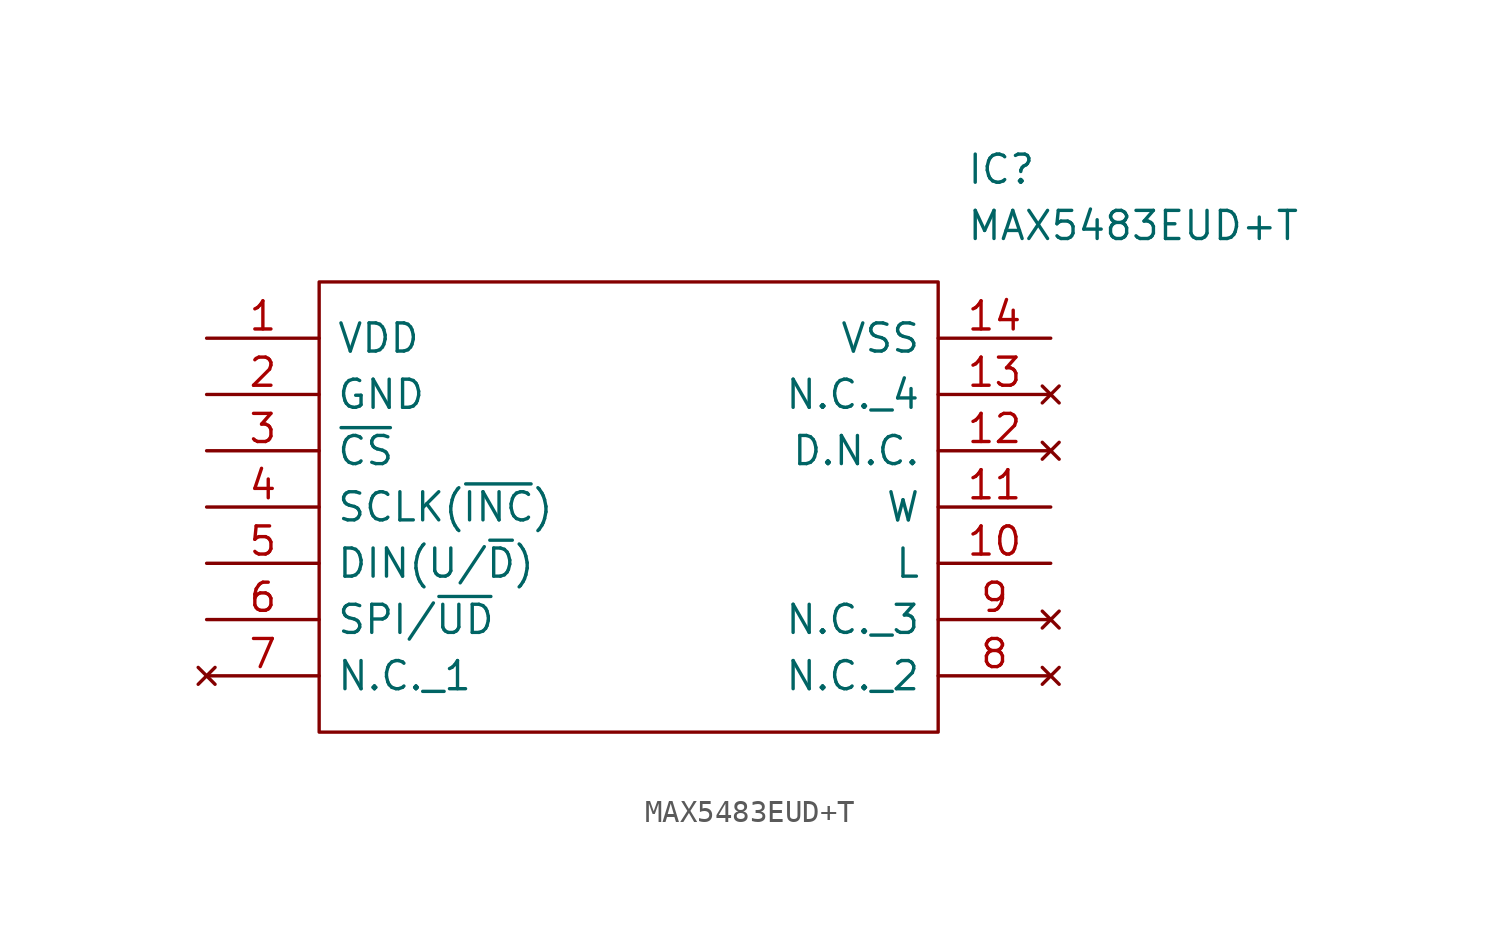
<source format=kicad_sym>
(kicad_symbol_lib
  (version 20211014)
  (generator kicad_symbol_editor)
  (symbol "MAX5483EUD+T"
    (pin_names
      (offset 0.762))
    (property "Reference" "IC"
      (at 34.29 7.62 0)
      (effects (font (size 1.27 1.27)) (justify left)))
    (property "Value" "MAX5483EUD+T"
      (at 34.29 5.08 0)
      (effects (font (size 1.27 1.27)) (justify left)))
    (symbol "MAX5483EUD+T_0_0"
      (pin power_in line (at 0 0 0) (length 5.08) (name "VDD" (effects (font (size 1.27 1.27)))) (number "1" (effects (font (size 1.27 1.27)))))
      (pin passive line (at 38.1 -10.16 180) (length 5.08) (name "L" (effects (font (size 1.27 1.27)))) (number "10" (effects (font (size 1.27 1.27)))))
      (pin passive line (at 38.1 -7.62 180) (length 5.08) (name "W" (effects (font (size 1.27 1.27)))) (number "11" (effects (font (size 1.27 1.27)))))
      (pin no_connect line (at 38.1 -5.08 180) (length 5.08) (name "D.N.C." (effects (font (size 1.27 1.27)))) (number "12" (effects (font (size 1.27 1.27)))))
      (pin no_connect line (at 38.1 -2.54 180) (length 5.08) (name "N.C._4" (effects (font (size 1.27 1.27)))) (number "13" (effects (font (size 1.27 1.27)))))
      (pin power_in line (at 38.1 0 180) (length 5.08) (name "VSS" (effects (font (size 1.27 1.27)))) (number "14" (effects (font (size 1.27 1.27)))))
      (pin power_in line (at 0 -2.54 0) (length 5.08) (name "GND" (effects (font (size 1.27 1.27)))) (number "2" (effects (font (size 1.27 1.27)))))
      (pin input line (at 0 -5.08 0) (length 5.08) (name "~{CS}" (effects (font (size 1.27 1.27)))) (number "3" (effects (font (size 1.27 1.27)))))
      (pin input line (at 0 -7.62 0) (length 5.08) (name "SCLK(~{INC})" (effects (font (size 1.27 1.27)))) (number "4" (effects (font (size 1.27 1.27)))))
      (pin input line (at 0 -10.16 0) (length 5.08) (name "DIN(U/~{D})" (effects (font (size 1.27 1.27)))) (number "5" (effects (font (size 1.27 1.27)))))
      (pin input line (at 0 -12.7 0) (length 5.08) (name "SPI/~{UD}" (effects (font (size 1.27 1.27)))) (number "6" (effects (font (size 1.27 1.27)))))
      (pin no_connect line (at 0 -15.24 0) (length 5.08) (name "N.C._1" (effects (font (size 1.27 1.27)))) (number "7" (effects (font (size 1.27 1.27)))))
      (pin no_connect line (at 38.1 -15.24 180) (length 5.08) (name "N.C._2" (effects (font (size 1.27 1.27)))) (number "8" (effects (font (size 1.27 1.27)))))
      (pin no_connect line (at 38.1 -12.7 180) (length 5.08) (name "N.C._3" (effects (font (size 1.27 1.27)))) (number "9" (effects (font (size 1.27 1.27))))))
    (symbol "MAX5483EUD+T_0_1"
      (polyline (pts (xy 5.08 2.54) (xy 33.02 2.54) (xy 33.02 -17.78) (xy 5.08 -17.78) (xy 5.08 2.54)) (stroke (width 0.152) (type default) (color 0 0 0 0)) (fill (type none))))))
</source>
